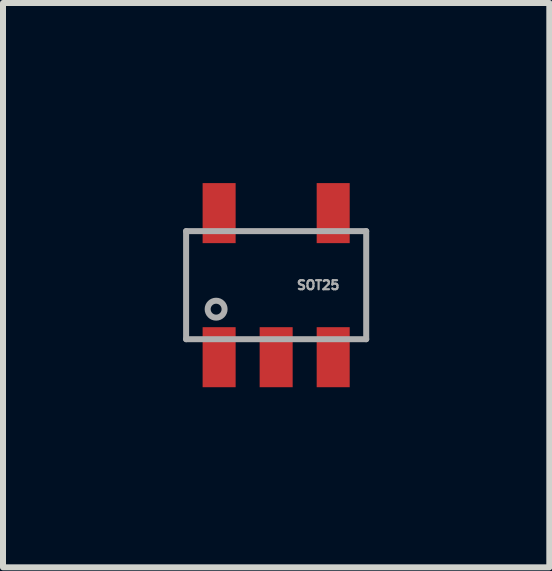
<source format=kicad_pcb>
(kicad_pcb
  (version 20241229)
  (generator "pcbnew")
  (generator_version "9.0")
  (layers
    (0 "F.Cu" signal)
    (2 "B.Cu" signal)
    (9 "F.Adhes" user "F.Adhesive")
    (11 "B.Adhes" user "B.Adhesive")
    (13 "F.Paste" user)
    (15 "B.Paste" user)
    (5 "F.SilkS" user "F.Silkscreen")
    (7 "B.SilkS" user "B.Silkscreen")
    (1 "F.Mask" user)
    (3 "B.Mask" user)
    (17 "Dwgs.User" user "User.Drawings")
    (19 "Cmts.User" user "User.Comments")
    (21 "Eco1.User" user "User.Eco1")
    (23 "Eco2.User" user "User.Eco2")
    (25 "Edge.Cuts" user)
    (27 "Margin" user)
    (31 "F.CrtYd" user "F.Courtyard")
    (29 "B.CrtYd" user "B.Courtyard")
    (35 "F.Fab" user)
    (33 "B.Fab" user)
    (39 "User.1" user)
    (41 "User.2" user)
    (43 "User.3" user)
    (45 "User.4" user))
  (footprint "SOT25"
    (layer "F.Cu")
    (at 1.55 1.7)
    (property "Reference" "SOT25" (at 0.7 0 0) (layer "F.Fab") (effects (font (size 0.15 0.15) (thickness 0.037))))
    (attr through_hole)
    (fp_line (start -1.5 -0.9) (end 1.5 -0.9) (stroke (width 0.1) (type solid)) (layer "F.Fab"))
    (fp_line (start -1.5 0.9) (end -1.5 -0.9) (stroke (width 0.1) (type solid)) (layer "F.Fab"))
    (fp_line (start 1.5 -0.9) (end 1.5 0.9) (stroke (width 0.1) (type solid)) (layer "F.Fab"))
    (fp_line (start 1.5 0.9) (end -1.5 0.9) (stroke (width 0.1) (type solid)) (layer "F.Fab"))
    (fp_circle (center -1 0.4) (end -0.859 0.4) (stroke (width 0.1) (type solid)) (fill no) (layer "F.Fab"))
    (pad "1" smd rect (at -0.95 1.2) (size 0.55 1) (layers "F.Cu" "F.Mask" "F.Paste"))
    (pad "2" smd rect (at 0 1.2) (size 0.55 1) (layers "F.Cu" "F.Mask" "F.Paste"))
    (pad "3" smd rect (at 0.95 1.2) (size 0.55 1) (layers "F.Cu" "F.Mask" "F.Paste"))
    (pad "4" smd rect (at 0.95 -1.2) (size 0.55 1) (layers "F.Cu" "F.Mask" "F.Paste"))
    (pad "5" smd rect (at -0.95 -1.2) (size 0.55 1) (layers "F.Cu" "F.Mask" "F.Paste")))
  (gr_rect
    (start -3 -3)
    (end 6.1 6.4)
    (stroke (width 0.1) (type default))
    (fill no)
    (layer "Edge.Cuts")))
</source>
